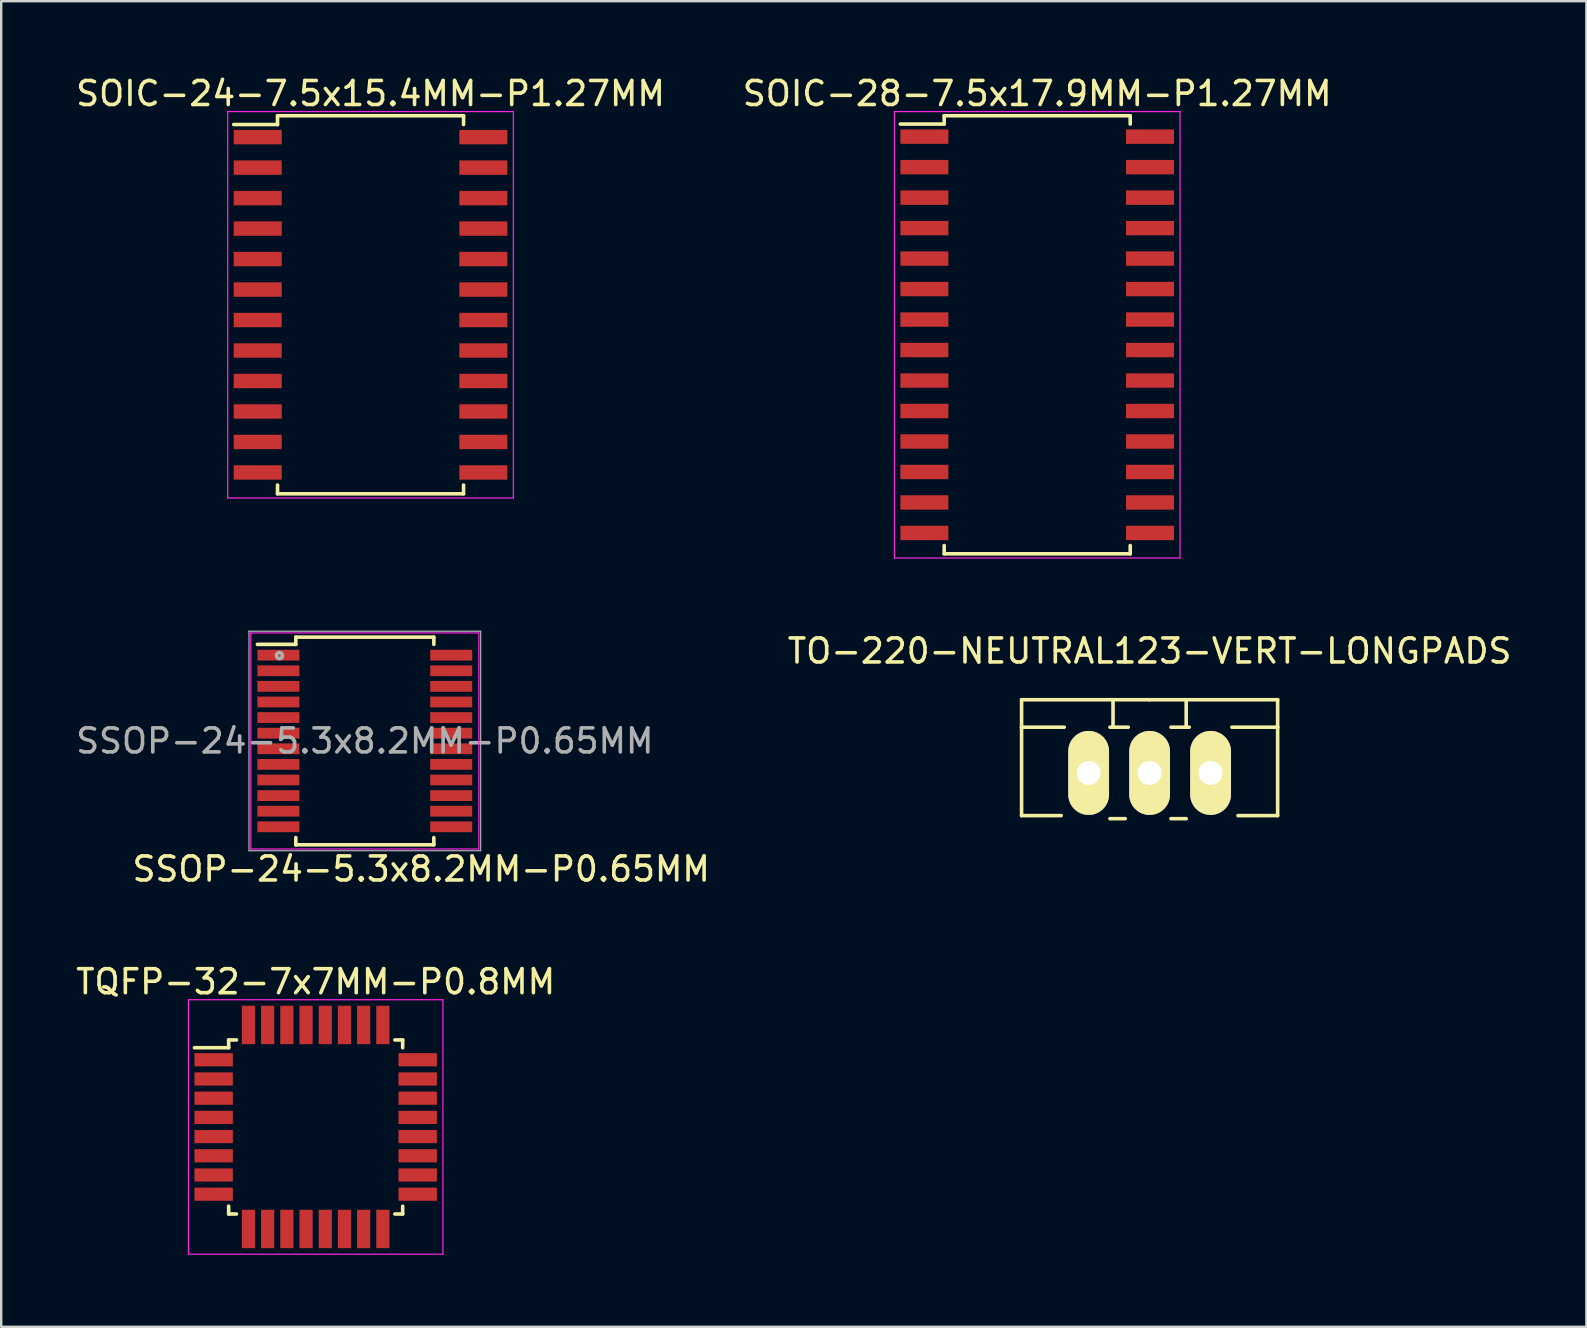
<source format=kicad_pcb>
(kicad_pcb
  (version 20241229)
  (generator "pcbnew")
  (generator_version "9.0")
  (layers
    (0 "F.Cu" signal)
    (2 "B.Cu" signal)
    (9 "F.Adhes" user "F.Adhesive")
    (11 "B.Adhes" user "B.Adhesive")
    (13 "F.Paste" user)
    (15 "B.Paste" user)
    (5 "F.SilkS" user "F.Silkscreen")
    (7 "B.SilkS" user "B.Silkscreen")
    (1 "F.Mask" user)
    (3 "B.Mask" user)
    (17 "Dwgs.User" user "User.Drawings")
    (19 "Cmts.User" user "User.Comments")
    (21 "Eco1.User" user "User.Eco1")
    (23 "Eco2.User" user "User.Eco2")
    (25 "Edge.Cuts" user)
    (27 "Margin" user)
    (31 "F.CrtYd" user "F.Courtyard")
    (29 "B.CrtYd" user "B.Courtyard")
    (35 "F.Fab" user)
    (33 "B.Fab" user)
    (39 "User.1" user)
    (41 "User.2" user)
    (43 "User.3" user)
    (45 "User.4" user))
  (footprint "TQFP-32-7x7MM-P0.8MM"
    (layer "F.Cu")
    (at 10.101 43.901)
    (property "Reference" "TQFP-32-7x7MM-P0.8MM" (at 0 -6.05 0) (layer "F.SilkS") (effects (font (size 1 1) (thickness 0.15))))
    (attr smd)
    (fp_line (start -3.625 -3.625) (end -3.625 -3.3) (stroke (width 0.15) (type solid)) (layer "F.SilkS"))
    (fp_line (start -3.625 -3.625) (end -3.3 -3.625) (stroke (width 0.15) (type solid)) (layer "F.SilkS"))
    (fp_line (start -3.625 -3.3) (end -5.05 -3.3) (stroke (width 0.15) (type solid)) (layer "F.SilkS"))
    (fp_line (start -3.625 3.625) (end -3.625 3.3) (stroke (width 0.15) (type solid)) (layer "F.SilkS"))
    (fp_line (start -3.625 3.625) (end -3.3 3.625) (stroke (width 0.15) (type solid)) (layer "F.SilkS"))
    (fp_line (start 3.625 -3.625) (end 3.3 -3.625) (stroke (width 0.15) (type solid)) (layer "F.SilkS"))
    (fp_line (start 3.625 -3.625) (end 3.625 -3.3) (stroke (width 0.15) (type solid)) (layer "F.SilkS"))
    (fp_line (start 3.625 3.625) (end 3.3 3.625) (stroke (width 0.15) (type solid)) (layer "F.SilkS"))
    (fp_line (start 3.625 3.625) (end 3.625 3.3) (stroke (width 0.15) (type solid)) (layer "F.SilkS"))
    (fp_line (start -5.3 -5.3) (end -5.3 5.3) (stroke (width 0.05) (type solid)) (layer "F.CrtYd"))
    (fp_line (start -5.3 -5.3) (end 5.3 -5.3) (stroke (width 0.05) (type solid)) (layer "F.CrtYd"))
    (fp_line (start -5.3 5.3) (end 5.3 5.3) (stroke (width 0.05) (type solid)) (layer "F.CrtYd"))
    (fp_line (start 5.3 -5.3) (end 5.3 5.3) (stroke (width 0.05) (type solid)) (layer "F.CrtYd"))
    (pad "1" smd rect (at -4.25 -2.8) (size 1.6 0.55) (layers "F.Cu" "F.Mask" "F.Paste"))
    (pad "2" smd rect (at -4.25 -2) (size 1.6 0.55) (layers "F.Cu" "F.Mask" "F.Paste"))
    (pad "3" smd rect (at -4.25 -1.2) (size 1.6 0.55) (layers "F.Cu" "F.Mask" "F.Paste"))
    (pad "4" smd rect (at -4.25 -0.4) (size 1.6 0.55) (layers "F.Cu" "F.Mask" "F.Paste"))
    (pad "5" smd rect (at -4.25 0.4) (size 1.6 0.55) (layers "F.Cu" "F.Mask" "F.Paste"))
    (pad "6" smd rect (at -4.25 1.2) (size 1.6 0.55) (layers "F.Cu" "F.Mask" "F.Paste"))
    (pad "7" smd rect (at -4.25 2) (size 1.6 0.55) (layers "F.Cu" "F.Mask" "F.Paste"))
    (pad "8" smd rect (at -4.25 2.8) (size 1.6 0.55) (layers "F.Cu" "F.Mask" "F.Paste"))
    (pad "9" smd rect (at -2.8 4.25 90) (size 1.6 0.55) (layers "F.Cu" "F.Mask" "F.Paste"))
    (pad "10" smd rect (at -2 4.25 90) (size 1.6 0.55) (layers "F.Cu" "F.Mask" "F.Paste"))
    (pad "11" smd rect (at -1.2 4.25 90) (size 1.6 0.55) (layers "F.Cu" "F.Mask" "F.Paste"))
    (pad "12" smd rect (at -0.4 4.25 90) (size 1.6 0.55) (layers "F.Cu" "F.Mask" "F.Paste"))
    (pad "13" smd rect (at 0.4 4.25 90) (size 1.6 0.55) (layers "F.Cu" "F.Mask" "F.Paste"))
    (pad "14" smd rect (at 1.2 4.25 90) (size 1.6 0.55) (layers "F.Cu" "F.Mask" "F.Paste"))
    (pad "15" smd rect (at 2 4.25 90) (size 1.6 0.55) (layers "F.Cu" "F.Mask" "F.Paste"))
    (pad "16" smd rect (at 2.8 4.25 90) (size 1.6 0.55) (layers "F.Cu" "F.Mask" "F.Paste"))
    (pad "17" smd rect (at 4.25 2.8) (size 1.6 0.55) (layers "F.Cu" "F.Mask" "F.Paste"))
    (pad "18" smd rect (at 4.25 2) (size 1.6 0.55) (layers "F.Cu" "F.Mask" "F.Paste"))
    (pad "19" smd rect (at 4.25 1.2) (size 1.6 0.55) (layers "F.Cu" "F.Mask" "F.Paste"))
    (pad "20" smd rect (at 4.25 0.4) (size 1.6 0.55) (layers "F.Cu" "F.Mask" "F.Paste"))
    (pad "21" smd rect (at 4.25 -0.4) (size 1.6 0.55) (layers "F.Cu" "F.Mask" "F.Paste"))
    (pad "22" smd rect (at 4.25 -1.2) (size 1.6 0.55) (layers "F.Cu" "F.Mask" "F.Paste"))
    (pad "23" smd rect (at 4.25 -2) (size 1.6 0.55) (layers "F.Cu" "F.Mask" "F.Paste"))
    (pad "24" smd rect (at 4.25 -2.8) (size 1.6 0.55) (layers "F.Cu" "F.Mask" "F.Paste"))
    (pad "25" smd rect (at 2.8 -4.25 90) (size 1.6 0.55) (layers "F.Cu" "F.Mask" "F.Paste"))
    (pad "26" smd rect (at 2 -4.25 90) (size 1.6 0.55) (layers "F.Cu" "F.Mask" "F.Paste"))
    (pad "27" smd rect (at 1.2 -4.25 90) (size 1.6 0.55) (layers "F.Cu" "F.Mask" "F.Paste"))
    (pad "28" smd rect (at 0.4 -4.25 90) (size 1.6 0.55) (layers "F.Cu" "F.Mask" "F.Paste"))
    (pad "29" smd rect (at -0.4 -4.25 90) (size 1.6 0.55) (layers "F.Cu" "F.Mask" "F.Paste"))
    (pad "30" smd rect (at -1.2 -4.25 90) (size 1.6 0.55) (layers "F.Cu" "F.Mask" "F.Paste"))
    (pad "31" smd rect (at -2 -4.25 90) (size 1.6 0.55) (layers "F.Cu" "F.Mask" "F.Paste"))
    (pad "32" smd rect (at -2.8 -4.25 90) (size 1.6 0.55) (layers "F.Cu" "F.Mask" "F.Paste")))
  (footprint "SSOP-24-5.3x8.2MM-P0.65MM"
    (layer "F.Cu")
    (at 12.149 27.82)
    (property "Reference" "SSOP-24-5.3x8.2MM-P0.65MM" (at 0 0 0) (layer "F.Fab") (effects (font (size 1 1) (thickness 0.15))))
    (attr smd)
    (fp_line (start -2.875 -4.325) (end -2.875 -4.025) (stroke (width 0.15) (type solid)) (layer "F.SilkS"))
    (fp_line (start -2.875 -4.325) (end 2.875 -4.325) (stroke (width 0.15) (type solid)) (layer "F.SilkS"))
    (fp_line (start -2.875 -4.025) (end -4.475 -4.025) (stroke (width 0.15) (type solid)) (layer "F.SilkS"))
    (fp_line (start -2.875 4.325) (end -2.875 4.025) (stroke (width 0.15) (type solid)) (layer "F.SilkS"))
    (fp_line (start -2.875 4.325) (end 2.875 4.325) (stroke (width 0.15) (type solid)) (layer "F.SilkS"))
    (fp_line (start 2.875 -4.325) (end 2.875 -4.025) (stroke (width 0.15) (type solid)) (layer "F.SilkS"))
    (fp_line (start 2.875 4.325) (end 2.875 4.025) (stroke (width 0.15) (type solid)) (layer "F.SilkS"))
    (fp_line (start -4.75 -4.5) (end -4.75 4.5) (stroke (width 0.05) (type solid)) (layer "F.CrtYd"))
    (fp_line (start -4.75 -4.5) (end 4.75 -4.5) (stroke (width 0.05) (type solid)) (layer "F.CrtYd"))
    (fp_line (start -4.75 4.5) (end 4.75 4.5) (stroke (width 0.05) (type solid)) (layer "F.CrtYd"))
    (fp_line (start 4.75 -4.5) (end 4.75 4.5) (stroke (width 0.05) (type solid)) (layer "F.CrtYd"))
    (fp_line (start -4.826 -4.572) (end -4.826 4.572) (stroke (width 0.05) (type solid)) (layer "F.Fab"))
    (fp_line (start -4.826 4.572) (end 4.826 4.572) (stroke (width 0.05) (type solid)) (layer "F.Fab"))
    (fp_line (start 4.826 -4.572) (end -4.826 -4.572) (stroke (width 0.05) (type solid)) (layer "F.Fab"))
    (fp_line (start 4.826 4.572) (end 4.826 -4.572) (stroke (width 0.05) (type solid)) (layer "F.Fab"))
    (fp_circle (center -3.556 -3.556) (end -3.556 -3.429) (stroke (width 0.152) (type solid)) (fill no) (layer "F.Fab"))
    (fp_text user "${REFERENCE}" (at 2.349 5.334 180) (layer "F.SilkS") (effects (font (size 1 1) (thickness 0.15))))
    (pad "1" smd rect (at -3.6 -3.575) (size 1.75 0.45) (layers "F.Cu" "F.Mask" "F.Paste"))
    (pad "2" smd rect (at -3.6 -2.925) (size 1.75 0.45) (layers "F.Cu" "F.Mask" "F.Paste"))
    (pad "3" smd rect (at -3.6 -2.275) (size 1.75 0.45) (layers "F.Cu" "F.Mask" "F.Paste"))
    (pad "4" smd rect (at -3.6 -1.625) (size 1.75 0.45) (layers "F.Cu" "F.Mask" "F.Paste"))
    (pad "5" smd rect (at -3.6 -0.975) (size 1.75 0.45) (layers "F.Cu" "F.Mask" "F.Paste"))
    (pad "6" smd rect (at -3.6 -0.325) (size 1.75 0.45) (layers "F.Cu" "F.Mask" "F.Paste"))
    (pad "7" smd rect (at -3.6 0.325) (size 1.75 0.45) (layers "F.Cu" "F.Mask" "F.Paste"))
    (pad "8" smd rect (at -3.6 0.975) (size 1.75 0.45) (layers "F.Cu" "F.Mask" "F.Paste"))
    (pad "9" smd rect (at -3.6 1.625) (size 1.75 0.45) (layers "F.Cu" "F.Mask" "F.Paste"))
    (pad "10" smd rect (at -3.6 2.275) (size 1.75 0.45) (layers "F.Cu" "F.Mask" "F.Paste"))
    (pad "11" smd rect (at -3.6 2.925) (size 1.75 0.45) (layers "F.Cu" "F.Mask" "F.Paste"))
    (pad "12" smd rect (at -3.6 3.575) (size 1.75 0.45) (layers "F.Cu" "F.Mask" "F.Paste"))
    (pad "13" smd rect (at 3.6 3.575) (size 1.75 0.45) (layers "F.Cu" "F.Mask" "F.Paste"))
    (pad "14" smd rect (at 3.6 2.925) (size 1.75 0.45) (layers "F.Cu" "F.Mask" "F.Paste"))
    (pad "15" smd rect (at 3.6 2.275) (size 1.75 0.45) (layers "F.Cu" "F.Mask" "F.Paste"))
    (pad "16" smd rect (at 3.6 1.625) (size 1.75 0.45) (layers "F.Cu" "F.Mask" "F.Paste"))
    (pad "17" smd rect (at 3.6 0.975) (size 1.75 0.45) (layers "F.Cu" "F.Mask" "F.Paste"))
    (pad "18" smd rect (at 3.6 0.325) (size 1.75 0.45) (layers "F.Cu" "F.Mask" "F.Paste"))
    (pad "19" smd rect (at 3.6 -0.325) (size 1.75 0.45) (layers "F.Cu" "F.Mask" "F.Paste"))
    (pad "20" smd rect (at 3.6 -0.975) (size 1.75 0.45) (layers "F.Cu" "F.Mask" "F.Paste"))
    (pad "21" smd rect (at 3.6 -1.625) (size 1.75 0.45) (layers "F.Cu" "F.Mask" "F.Paste"))
    (pad "22" smd rect (at 3.6 -2.275) (size 1.75 0.45) (layers "F.Cu" "F.Mask" "F.Paste"))
    (pad "23" smd rect (at 3.6 -2.925) (size 1.75 0.45) (layers "F.Cu" "F.Mask" "F.Paste"))
    (pad "24" smd rect (at 3.6 -3.575) (size 1.75 0.45) (layers "F.Cu" "F.Mask" "F.Paste")))
  (footprint "SOIC-28-7.5x17.9MM-P1.27MM"
    (layer "F.Cu")
    (at 40.161 10.898)
    (property "Reference" "SOIC-28-7.5x17.9MM-P1.27MM" (at 0 -10.05 0) (layer "F.SilkS") (effects (font (size 1 1) (thickness 0.15))))
    (attr smd)
    (fp_line (start -3.875 -9.125) (end -3.875 -8.78) (stroke (width 0.15) (type solid)) (layer "F.SilkS"))
    (fp_line (start -3.875 -9.125) (end 3.875 -9.125) (stroke (width 0.15) (type solid)) (layer "F.SilkS"))
    (fp_line (start -3.875 -8.78) (end -5.7 -8.78) (stroke (width 0.15) (type solid)) (layer "F.SilkS"))
    (fp_line (start -3.875 9.125) (end -3.875 8.78) (stroke (width 0.15) (type solid)) (layer "F.SilkS"))
    (fp_line (start -3.875 9.125) (end 3.875 9.125) (stroke (width 0.15) (type solid)) (layer "F.SilkS"))
    (fp_line (start 3.875 -9.125) (end 3.875 -8.78) (stroke (width 0.15) (type solid)) (layer "F.SilkS"))
    (fp_line (start 3.875 9.125) (end 3.875 8.78) (stroke (width 0.15) (type solid)) (layer "F.SilkS"))
    (fp_line (start -5.95 -9.3) (end -5.95 9.3) (stroke (width 0.05) (type solid)) (layer "F.CrtYd"))
    (fp_line (start -5.95 -9.3) (end 5.95 -9.3) (stroke (width 0.05) (type solid)) (layer "F.CrtYd"))
    (fp_line (start -5.95 9.3) (end 5.95 9.3) (stroke (width 0.05) (type solid)) (layer "F.CrtYd"))
    (fp_line (start 5.95 -9.3) (end 5.95 9.3) (stroke (width 0.05) (type solid)) (layer "F.CrtYd"))
    (pad "1" smd rect (at -4.7 -8.255) (size 2 0.6) (layers "F.Cu" "F.Mask" "F.Paste"))
    (pad "2" smd rect (at -4.7 -6.985) (size 2 0.6) (layers "F.Cu" "F.Mask" "F.Paste"))
    (pad "3" smd rect (at -4.7 -5.715) (size 2 0.6) (layers "F.Cu" "F.Mask" "F.Paste"))
    (pad "4" smd rect (at -4.7 -4.445) (size 2 0.6) (layers "F.Cu" "F.Mask" "F.Paste"))
    (pad "5" smd rect (at -4.7 -3.175) (size 2 0.6) (layers "F.Cu" "F.Mask" "F.Paste"))
    (pad "6" smd rect (at -4.7 -1.905) (size 2 0.6) (layers "F.Cu" "F.Mask" "F.Paste"))
    (pad "7" smd rect (at -4.7 -0.635) (size 2 0.6) (layers "F.Cu" "F.Mask" "F.Paste"))
    (pad "8" smd rect (at -4.7 0.635) (size 2 0.6) (layers "F.Cu" "F.Mask" "F.Paste"))
    (pad "9" smd rect (at -4.7 1.905) (size 2 0.6) (layers "F.Cu" "F.Mask" "F.Paste"))
    (pad "10" smd rect (at -4.7 3.175) (size 2 0.6) (layers "F.Cu" "F.Mask" "F.Paste"))
    (pad "11" smd rect (at -4.7 4.445) (size 2 0.6) (layers "F.Cu" "F.Mask" "F.Paste"))
    (pad "12" smd rect (at -4.7 5.715) (size 2 0.6) (layers "F.Cu" "F.Mask" "F.Paste"))
    (pad "13" smd rect (at -4.7 6.985) (size 2 0.6) (layers "F.Cu" "F.Mask" "F.Paste"))
    (pad "14" smd rect (at -4.7 8.255) (size 2 0.6) (layers "F.Cu" "F.Mask" "F.Paste"))
    (pad "15" smd rect (at 4.7 8.255) (size 2 0.6) (layers "F.Cu" "F.Mask" "F.Paste"))
    (pad "16" smd rect (at 4.7 6.985) (size 2 0.6) (layers "F.Cu" "F.Mask" "F.Paste"))
    (pad "17" smd rect (at 4.7 5.715) (size 2 0.6) (layers "F.Cu" "F.Mask" "F.Paste"))
    (pad "18" smd rect (at 4.7 4.445) (size 2 0.6) (layers "F.Cu" "F.Mask" "F.Paste"))
    (pad "19" smd rect (at 4.7 3.175) (size 2 0.6) (layers "F.Cu" "F.Mask" "F.Paste"))
    (pad "20" smd rect (at 4.7 1.905) (size 2 0.6) (layers "F.Cu" "F.Mask" "F.Paste"))
    (pad "21" smd rect (at 4.7 0.635) (size 2 0.6) (layers "F.Cu" "F.Mask" "F.Paste"))
    (pad "22" smd rect (at 4.7 -0.635) (size 2 0.6) (layers "F.Cu" "F.Mask" "F.Paste"))
    (pad "23" smd rect (at 4.7 -1.905) (size 2 0.6) (layers "F.Cu" "F.Mask" "F.Paste"))
    (pad "24" smd rect (at 4.7 -3.175) (size 2 0.6) (layers "F.Cu" "F.Mask" "F.Paste"))
    (pad "25" smd rect (at 4.7 -4.445) (size 2 0.6) (layers "F.Cu" "F.Mask" "F.Paste"))
    (pad "26" smd rect (at 4.7 -5.715) (size 2 0.6) (layers "F.Cu" "F.Mask" "F.Paste"))
    (pad "27" smd rect (at 4.7 -6.985) (size 2 0.6) (layers "F.Cu" "F.Mask" "F.Paste"))
    (pad "28" smd rect (at 4.7 -8.255) (size 2 0.6) (layers "F.Cu" "F.Mask" "F.Paste")))
  (footprint "SOIC-24-7.5x15.4MM-P1.27MM"
    (layer "F.Cu")
    (at 12.387 9.648)
    (property "Reference" "SOIC-24-7.5x15.4MM-P1.27MM" (at 0 -8.8 0) (layer "F.SilkS") (effects (font (size 1 1) (thickness 0.15))))
    (attr smd)
    (fp_line (start -3.875 -7.875) (end -3.875 -7.51) (stroke (width 0.15) (type solid)) (layer "F.SilkS"))
    (fp_line (start -3.875 -7.875) (end 3.875 -7.875) (stroke (width 0.15) (type solid)) (layer "F.SilkS"))
    (fp_line (start -3.875 -7.51) (end -5.7 -7.51) (stroke (width 0.15) (type solid)) (layer "F.SilkS"))
    (fp_line (start -3.875 7.875) (end -3.875 7.51) (stroke (width 0.15) (type solid)) (layer "F.SilkS"))
    (fp_line (start -3.875 7.875) (end 3.875 7.875) (stroke (width 0.15) (type solid)) (layer "F.SilkS"))
    (fp_line (start 3.875 -7.875) (end 3.875 -7.51) (stroke (width 0.15) (type solid)) (layer "F.SilkS"))
    (fp_line (start 3.875 7.875) (end 3.875 7.51) (stroke (width 0.15) (type solid)) (layer "F.SilkS"))
    (fp_line (start -5.95 -8.05) (end -5.95 8.05) (stroke (width 0.05) (type solid)) (layer "F.CrtYd"))
    (fp_line (start -5.95 -8.05) (end 5.95 -8.05) (stroke (width 0.05) (type solid)) (layer "F.CrtYd"))
    (fp_line (start -5.95 8.05) (end 5.95 8.05) (stroke (width 0.05) (type solid)) (layer "F.CrtYd"))
    (fp_line (start 5.95 -8.05) (end 5.95 8.05) (stroke (width 0.05) (type solid)) (layer "F.CrtYd"))
    (pad "1" smd rect (at -4.7 -6.985) (size 2 0.6) (layers "F.Cu" "F.Mask" "F.Paste"))
    (pad "2" smd rect (at -4.7 -5.715) (size 2 0.6) (layers "F.Cu" "F.Mask" "F.Paste"))
    (pad "3" smd rect (at -4.7 -4.445) (size 2 0.6) (layers "F.Cu" "F.Mask" "F.Paste"))
    (pad "4" smd rect (at -4.7 -3.175) (size 2 0.6) (layers "F.Cu" "F.Mask" "F.Paste"))
    (pad "5" smd rect (at -4.7 -1.905) (size 2 0.6) (layers "F.Cu" "F.Mask" "F.Paste"))
    (pad "6" smd rect (at -4.7 -0.635) (size 2 0.6) (layers "F.Cu" "F.Mask" "F.Paste"))
    (pad "7" smd rect (at -4.7 0.635) (size 2 0.6) (layers "F.Cu" "F.Mask" "F.Paste"))
    (pad "8" smd rect (at -4.7 1.905) (size 2 0.6) (layers "F.Cu" "F.Mask" "F.Paste"))
    (pad "9" smd rect (at -4.7 3.175) (size 2 0.6) (layers "F.Cu" "F.Mask" "F.Paste"))
    (pad "10" smd rect (at -4.7 4.445) (size 2 0.6) (layers "F.Cu" "F.Mask" "F.Paste"))
    (pad "11" smd rect (at -4.7 5.715) (size 2 0.6) (layers "F.Cu" "F.Mask" "F.Paste"))
    (pad "12" smd rect (at -4.7 6.985) (size 2 0.6) (layers "F.Cu" "F.Mask" "F.Paste"))
    (pad "13" smd rect (at 4.7 6.985) (size 2 0.6) (layers "F.Cu" "F.Mask" "F.Paste"))
    (pad "14" smd rect (at 4.7 5.715) (size 2 0.6) (layers "F.Cu" "F.Mask" "F.Paste"))
    (pad "15" smd rect (at 4.7 4.445) (size 2 0.6) (layers "F.Cu" "F.Mask" "F.Paste"))
    (pad "16" smd rect (at 4.7 3.175) (size 2 0.6) (layers "F.Cu" "F.Mask" "F.Paste"))
    (pad "17" smd rect (at 4.7 1.905) (size 2 0.6) (layers "F.Cu" "F.Mask" "F.Paste"))
    (pad "18" smd rect (at 4.7 0.635) (size 2 0.6) (layers "F.Cu" "F.Mask" "F.Paste"))
    (pad "19" smd rect (at 4.7 -0.635) (size 2 0.6) (layers "F.Cu" "F.Mask" "F.Paste"))
    (pad "20" smd rect (at 4.7 -1.905) (size 2 0.6) (layers "F.Cu" "F.Mask" "F.Paste"))
    (pad "21" smd rect (at 4.7 -3.175) (size 2 0.6) (layers "F.Cu" "F.Mask" "F.Paste"))
    (pad "22" smd rect (at 4.7 -4.445) (size 2 0.6) (layers "F.Cu" "F.Mask" "F.Paste"))
    (pad "23" smd rect (at 4.7 -5.715) (size 2 0.6) (layers "F.Cu" "F.Mask" "F.Paste"))
    (pad "24" smd rect (at 4.7 -6.985) (size 2 0.6) (layers "F.Cu" "F.Mask" "F.Paste")))
  (footprint "TO-220-NEUTRAL123-VERT-LONGPADS"
    (layer "F.Cu")
    (at 44.844 29.151)
    (property "Reference" "TO-220-NEUTRAL123-VERT-LONGPADS" (at 0 -5.08 0) (layer "F.SilkS") (effects (font (size 1 1) (thickness 0.15))))
    (attr through_hole)
    (fp_line (start -5.334 -1.905) (end -5.334 -3.048) (stroke (width 0.15) (type solid)) (layer "F.SilkS"))
    (fp_line (start -5.334 -1.905) (end -3.556 -1.905) (stroke (width 0.15) (type solid)) (layer "F.SilkS"))
    (fp_line (start -5.334 1.778) (end -5.334 -1.905) (stroke (width 0.15) (type solid)) (layer "F.SilkS"))
    (fp_line (start -5.334 1.778) (end -3.683 1.778) (stroke (width 0.15) (type solid)) (layer "F.SilkS"))
    (fp_line (start -1.524 -3.048) (end -1.524 -1.905) (stroke (width 0.15) (type solid)) (layer "F.SilkS"))
    (fp_line (start -1.524 -1.905) (end -1.651 -1.905) (stroke (width 0.15) (type solid)) (layer "F.SilkS"))
    (fp_line (start -1.524 -1.905) (end -0.889 -1.905) (stroke (width 0.15) (type solid)) (layer "F.SilkS"))
    (fp_line (start -1.016 1.905) (end -1.651 1.905) (stroke (width 0.15) (type solid)) (layer "F.SilkS"))
    (fp_line (start 0 -3.048) (end -5.334 -3.048) (stroke (width 0.15) (type solid)) (layer "F.SilkS"))
    (fp_line (start 0 -3.048) (end 5.334 -3.048) (stroke (width 0.15) (type solid)) (layer "F.SilkS"))
    (fp_line (start 0.889 -1.905) (end 1.651 -1.905) (stroke (width 0.15) (type solid)) (layer "F.SilkS"))
    (fp_line (start 1.524 -3.048) (end 1.524 -1.905) (stroke (width 0.15) (type solid)) (layer "F.SilkS"))
    (fp_line (start 1.524 1.905) (end 0.889 1.905) (stroke (width 0.15) (type solid)) (layer "F.SilkS"))
    (fp_line (start 5.334 -3.048) (end 5.334 -1.905) (stroke (width 0.15) (type solid)) (layer "F.SilkS"))
    (fp_line (start 5.334 -1.905) (end 3.429 -1.905) (stroke (width 0.15) (type solid)) (layer "F.SilkS"))
    (fp_line (start 5.334 -1.905) (end 5.334 1.778) (stroke (width 0.15) (type solid)) (layer "F.SilkS"))
    (fp_line (start 5.334 1.778) (end 3.683 1.778) (stroke (width 0.15) (type solid)) (layer "F.SilkS"))
    (pad "1" thru_hole oval (at -2.54 0 90) (size 3.5 1.699) (drill 1.001) (layers "*.Cu" "*.Mask" "F.SilkS"))
    (pad "2" thru_hole oval (at 0 0 90) (size 3.5 1.699) (drill 1.001) (layers "*.Cu" "*.Mask" "F.SilkS"))
    (pad "3" thru_hole oval (at 2.54 0 90) (size 3.5 1.699) (drill 1.001) (layers "*.Cu" "*.Mask" "F.SilkS")))
  (gr_rect
    (start -3 -3)
    (end 63.04 52.226)
    (stroke (width 0.1) (type default))
    (fill no)
    (layer "Edge.Cuts")))
</source>
